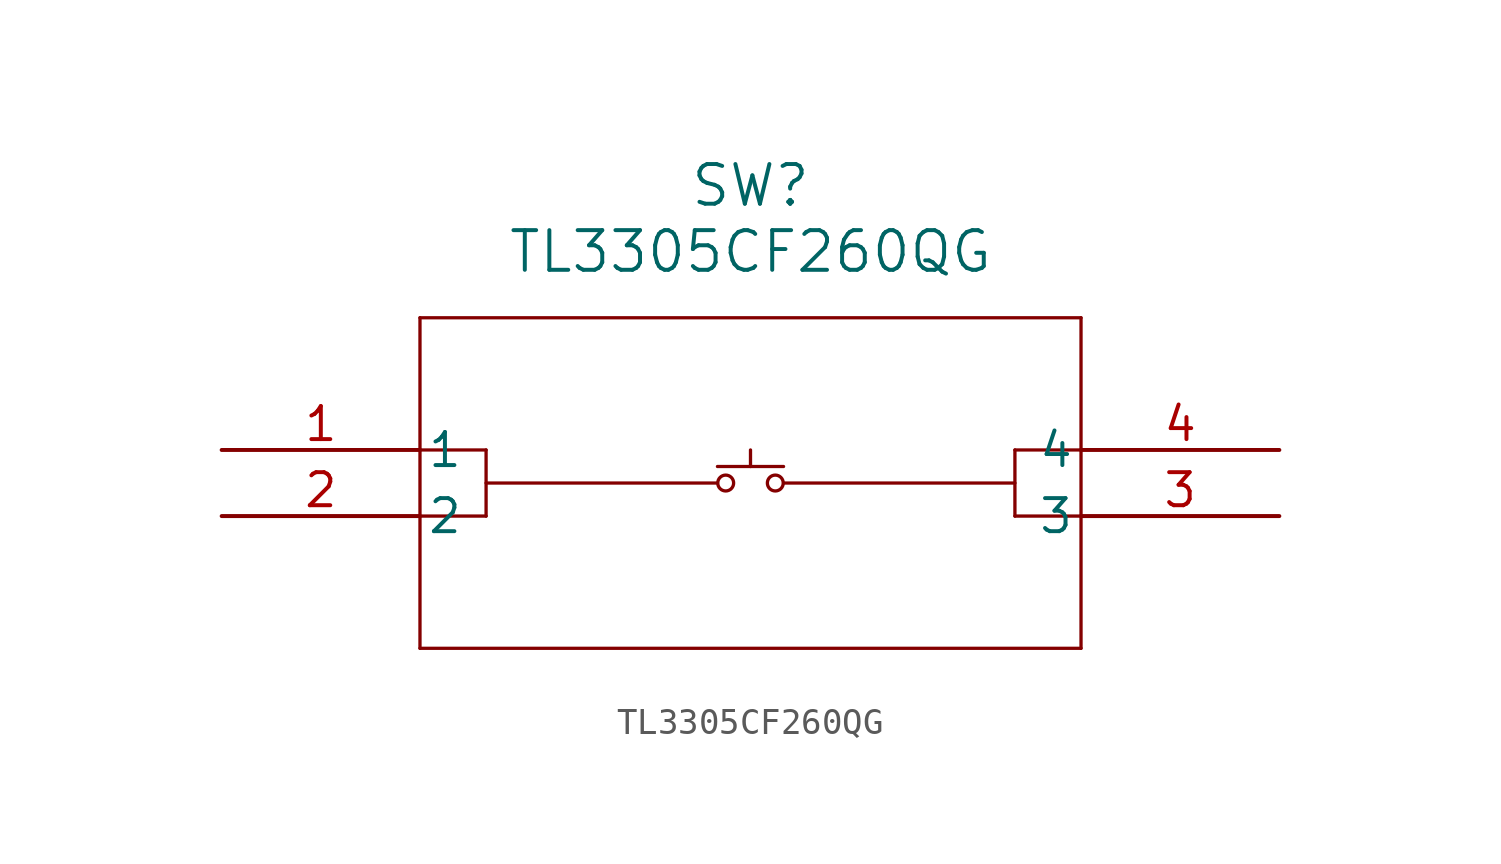
<source format=kicad_sym>
(kicad_symbol_lib
  (version 20231120)
  (generator "kicad_symbol_editor")
  (generator_version "8.0")
  (symbol "TL3305CF260QG"
    (pin_names
      (offset 0.254))
    (property "Reference" "SW"
      (at 20.32 10.16 0)
      (effects (font (size 1.524 1.524))))
    (property "Value" "TL3305CF260QG"
      (at 20.32 7.62 0)
      (effects (font (size 1.524 1.524))))
    (symbol "TL3305CF260QG_0_1"
      (polyline (pts (xy 7.62 -7.62) (xy 33.02 -7.62)) (stroke (width 0.127) (type default)) (fill (type none)))
      (polyline (pts (xy 7.62 -2.54) (xy 10.16 -2.54)) (stroke (width 0.127) (type default)) (fill (type none)))
      (polyline (pts (xy 7.62 0) (xy 10.16 0)) (stroke (width 0.127) (type default)) (fill (type none)))
      (polyline (pts (xy 7.62 5.08) (xy 7.62 -7.62)) (stroke (width 0.127) (type default)) (fill (type none)))
      (polyline (pts (xy 10.16 -1.27) (xy 19.05 -1.27)) (stroke (width 0.127) (type default)) (fill (type none)))
      (polyline (pts (xy 10.16 0) (xy 10.16 -2.54)) (stroke (width 0.127) (type default)) (fill (type none)))
      (polyline (pts (xy 19.05 -0.635) (xy 21.59 -0.635)) (stroke (width 0.127) (type default)) (fill (type none)))
      (polyline (pts (xy 20.32 -0.635) (xy 20.32 0)) (stroke (width 0.127) (type default)) (fill (type none)))
      (polyline (pts (xy 30.48 -2.54) (xy 33.02 -2.54)) (stroke (width 0.127) (type default)) (fill (type none)))
      (polyline (pts (xy 30.48 -1.27) (xy 21.59 -1.27)) (stroke (width 0.127) (type default)) (fill (type none)))
      (polyline (pts (xy 30.48 0) (xy 30.48 -2.54)) (stroke (width 0.127) (type default)) (fill (type none)))
      (polyline (pts (xy 33.02 -7.62) (xy 33.02 5.08)) (stroke (width 0.127) (type default)) (fill (type none)))
      (polyline (pts (xy 33.02 0) (xy 30.48 0)) (stroke (width 0.127) (type default)) (fill (type none)))
      (polyline (pts (xy 33.02 5.08) (xy 7.62 5.08)) (stroke (width 0.127) (type default)) (fill (type none)))
      (circle (center 19.367 -1.27) (radius 0.305) (stroke (width 0.127) (type default)) (fill (type none)))
      (circle (center 21.273 -1.27) (radius 0.305) (stroke (width 0.127) (type default)) (fill (type none)))
      (pin unspecified line (at 0 0 0) (length 7.62) (name "1" (effects (font (size 1.27 1.27)))) (number "1" (effects (font (size 1.27 1.27)))))
      (pin unspecified line (at 0 -2.54 0) (length 7.62) (name "2" (effects (font (size 1.27 1.27)))) (number "2" (effects (font (size 1.27 1.27)))))
      (pin unspecified line (at 40.64 -2.54 180) (length 7.62) (name "3" (effects (font (size 1.27 1.27)))) (number "3" (effects (font (size 1.27 1.27)))))
      (pin unspecified line (at 40.64 0 180) (length 7.62) (name "4" (effects (font (size 1.27 1.27)))) (number "4" (effects (font (size 1.27 1.27))))))))
</source>
